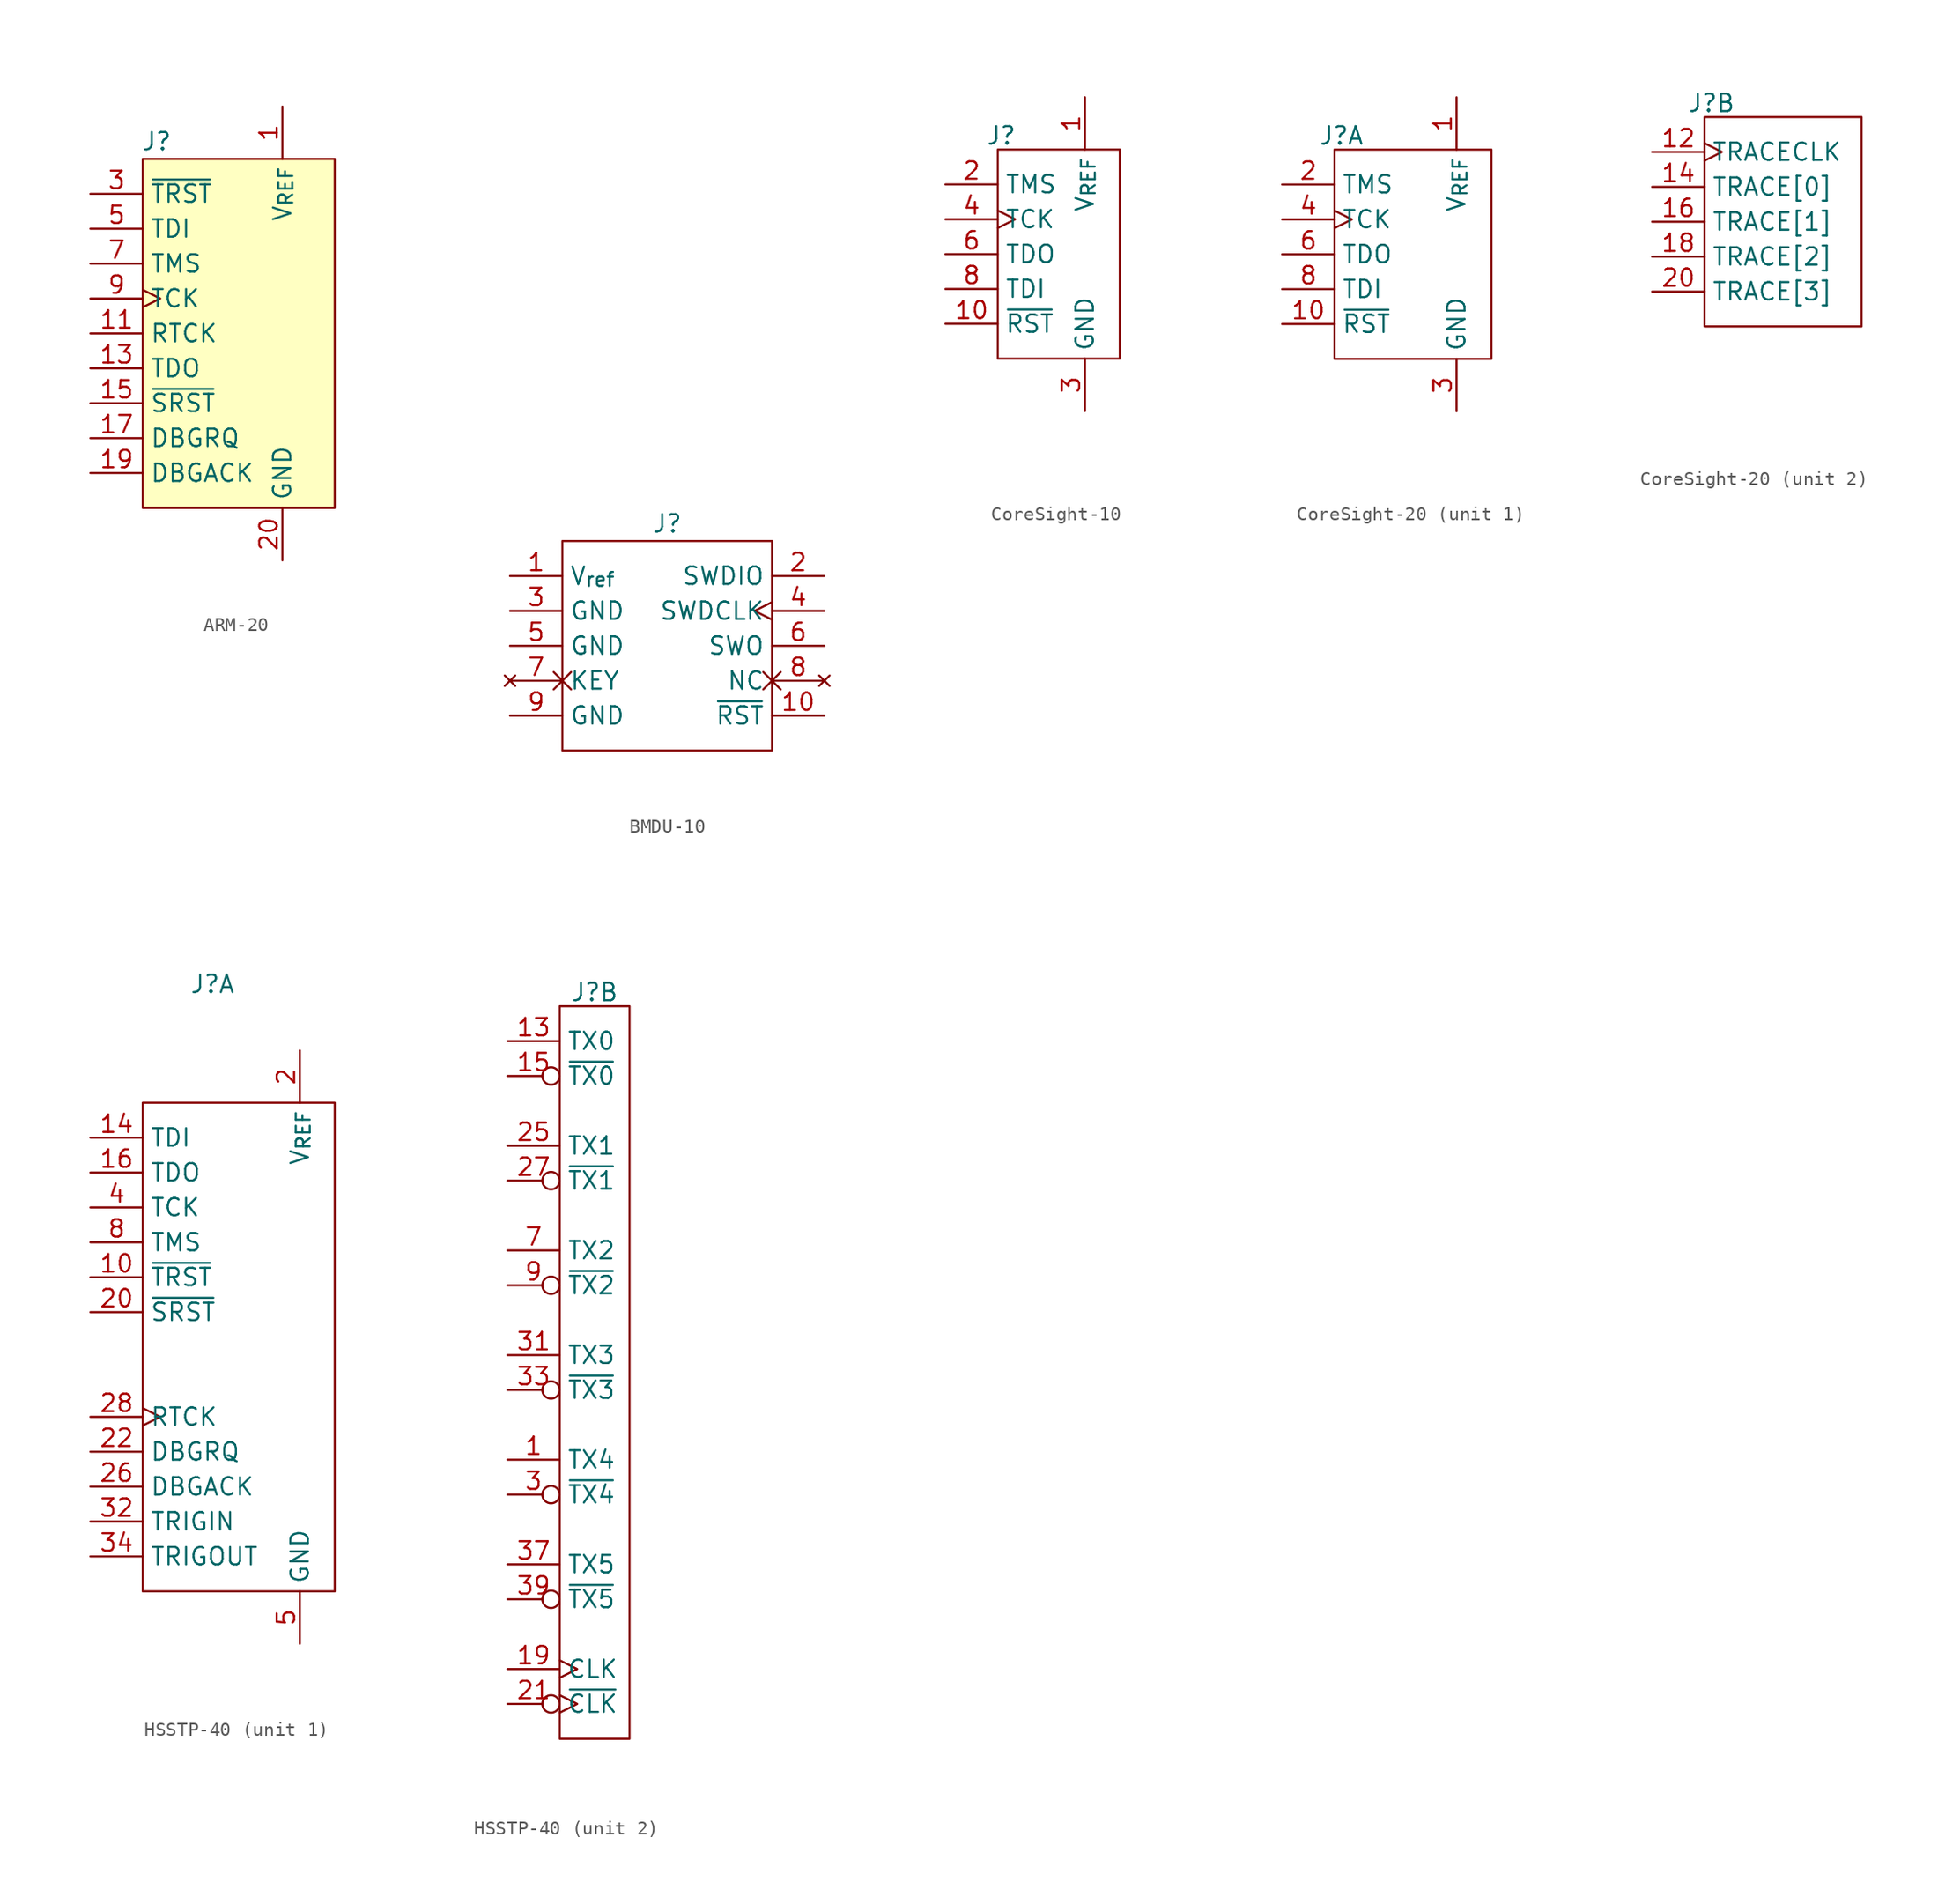
<source format=kicad_sym>
(kicad_symbol_lib
  (version 20231120)
  (generator "kicad_symbol_editor")
  (generator_version "8.0")
  (symbol "ARM-20"
    (property "Reference" "J"
      (at -6.604 13.97 0)
      (effects (font (size 1.27 1.27))))
    (property "Value" ""
      (at 0 15.24 0)
      (effects (font (size 1.27 1.27))))
    (symbol "ARM-20_1_1"
      (rectangle (start -7.62 12.7) (end 6.35 -12.7) (stroke (width 0) (type default)) (fill (type background)))
      (pin power_in line (at 2.54 16.51 270) (length 3.81) (name "V_{REF}" (effects (font (size 1.27 1.27)))) (number "1" (effects (font (size 1.27 1.27)))))
      (pin passive line (at 2.54 -16.51 90) (length 3.81) hide (name "GND" (effects (font (size 1.27 1.27)))) (number "10" (effects (font (size 1.27 1.27)))))
      (pin input line (at -11.43 0 0) (length 3.81) (name "RTCK" (effects (font (size 1.27 1.27)))) (number "11" (effects (font (size 1.27 1.27)))))
      (pin passive line (at 2.54 -16.51 90) (length 3.81) hide (name "GND" (effects (font (size 1.27 1.27)))) (number "12" (effects (font (size 1.27 1.27)))))
      (pin input line (at -11.43 -2.54 0) (length 3.81) (name "TDO" (effects (font (size 1.27 1.27)))) (number "13" (effects (font (size 1.27 1.27)))) (alternate "SWO" input line))
      (pin passive line (at 2.54 -16.51 90) (length 3.81) hide (name "GND" (effects (font (size 1.27 1.27)))) (number "14" (effects (font (size 1.27 1.27)))))
      (pin output line (at -11.43 -5.08 0) (length 3.81) (name "~{SRST}" (effects (font (size 1.27 1.27)))) (number "15" (effects (font (size 1.27 1.27)))))
      (pin passive line (at 2.54 -16.51 90) (length 3.81) hide (name "GND" (effects (font (size 1.27 1.27)))) (number "16" (effects (font (size 1.27 1.27)))))
      (pin output line (at -11.43 -7.62 0) (length 3.81) (name "DBGRQ" (effects (font (size 1.27 1.27)))) (number "17" (effects (font (size 1.27 1.27)))) (alternate "TRIGIN" output line))
      (pin passive line (at 2.54 -16.51 90) (length 3.81) hide (name "GND" (effects (font (size 1.27 1.27)))) (number "18" (effects (font (size 1.27 1.27)))))
      (pin input line (at -11.43 -10.16 0) (length 3.81) (name "DBGACK" (effects (font (size 1.27 1.27)))) (number "19" (effects (font (size 1.27 1.27)))) (alternate "TRIGOUT" input line))
      (pin no_connect non_logic (at 10.16 -10.16 180) (length 3.81) hide (name "NC" (effects (font (size 1.27 1.27)))) (number "2" (effects (font (size 1.27 1.27)))))
      (pin power_in line (at 2.54 -16.51 90) (length 3.81) (name "GND" (effects (font (size 1.27 1.27)))) (number "20" (effects (font (size 1.27 1.27)))))
      (pin output line (at -11.43 10.16 0) (length 3.81) (name "~{TRST}" (effects (font (size 1.27 1.27)))) (number "3" (effects (font (size 1.27 1.27)))))
      (pin passive line (at 2.54 -16.51 90) (length 3.81) hide (name "GND" (effects (font (size 1.27 1.27)))) (number "4" (effects (font (size 1.27 1.27)))))
      (pin output line (at -11.43 7.62 0) (length 3.81) (name "TDI" (effects (font (size 1.27 1.27)))) (number "5" (effects (font (size 1.27 1.27)))) (alternate "SWDIO" bidirectional line))
      (pin passive line (at 2.54 -16.51 90) (length 3.81) hide (name "GND" (effects (font (size 1.27 1.27)))) (number "6" (effects (font (size 1.27 1.27)))))
      (pin output line (at -11.43 5.08 0) (length 3.81) (name "TMS" (effects (font (size 1.27 1.27)))) (number "7" (effects (font (size 1.27 1.27)))) (alternate "SWCLK" output clock))
      (pin passive line (at 2.54 -16.51 90) (length 3.81) hide (name "GND" (effects (font (size 1.27 1.27)))) (number "8" (effects (font (size 1.27 1.27)))))
      (pin output clock (at -11.43 2.54 0) (length 3.81) (name "TCK" (effects (font (size 1.27 1.27)))) (number "9" (effects (font (size 1.27 1.27)))))))
  (symbol "BMDU-10"
    (property "Reference" "J"
      (at 0 8.89 0)
      (effects (font (size 1.27 1.27))))
    (property "Value" ""
      (at 0 38.1 0)
      (effects (font (size 1.27 1.27))))
    (symbol "BMDU-10_0_1"
      (rectangle (start -7.62 7.62) (end 7.62 -7.62) (stroke (width 0) (type default)) (fill (type none))))
    (symbol "BMDU-10_1_1"
      (pin power_in line (at -11.43 5.08 0) (length 3.81) (name "V_{ref}" (effects (font (size 1.27 1.27)))) (number "1" (effects (font (size 1.27 1.27)))))
      (pin output line (at 11.43 -5.08 180) (length 3.81) (name "~{RST}" (effects (font (size 1.27 1.27)))) (number "10" (effects (font (size 1.27 1.27)))))
      (pin bidirectional line (at 11.43 5.08 180) (length 3.81) (name "SWDIO" (effects (font (size 1.27 1.27)))) (number "2" (effects (font (size 1.27 1.27)))) (alternate "CS" output line) (alternate "TMS" output line))
      (pin power_in line (at -11.43 2.54 0) (length 3.81) (name "GND" (effects (font (size 1.27 1.27)))) (number "3" (effects (font (size 1.27 1.27)))))
      (pin output clock (at 11.43 2.54 180) (length 3.81) (name "SWDCLK" (effects (font (size 1.27 1.27)))) (number "4" (effects (font (size 1.27 1.27)))) (alternate "SCLK" output clock) (alternate "TCK" output clock))
      (pin power_in line (at -11.43 0 0) (length 3.81) (name "GND" (effects (font (size 1.27 1.27)))) (number "5" (effects (font (size 1.27 1.27)))))
      (pin input line (at 11.43 0 180) (length 3.81) (name "SWO" (effects (font (size 1.27 1.27)))) (number "6" (effects (font (size 1.27 1.27)))) (alternate "CIPO" input line) (alternate "TDO" input line))
      (pin no_connect non_logic (at -11.43 -2.54 0) (length 3.81) (name "KEY" (effects (font (size 1.27 1.27)))) (number "7" (effects (font (size 1.27 1.27)))) (alternate "TX" output line))
      (pin no_connect non_logic (at 11.43 -2.54 180) (length 3.81) (name "NC" (effects (font (size 1.27 1.27)))) (number "8" (effects (font (size 1.27 1.27)))) (alternate "COPI" output line) (alternate "TDI" output line))
      (pin power_in line (at -11.43 -5.08 0) (length 3.81) (name "GND" (effects (font (size 1.27 1.27)))) (number "9" (effects (font (size 1.27 1.27)))) (alternate "RX" input line))))
  (symbol "CoreSight-10"
    (property "Reference" "J"
      (at -4.826 8.636 0)
      (effects (font (size 1.27 1.27))))
    (property "Value" ""
      (at 0.508 -14.986 0)
      (effects (font (size 1.27 1.27))))
    (symbol "CoreSight-10_0_1"
      (rectangle (start -5.08 7.62) (end 3.81 -7.62) (stroke (width 0) (type default)) (fill (type none))))
    (symbol "CoreSight-10_1_1"
      (pin power_in line (at 1.27 11.43 270) (length 3.81) (name "V_{REF}" (effects (font (size 1.27 1.27)))) (number "1" (effects (font (size 1.27 1.27)))))
      (pin output line (at -8.89 -5.08 0) (length 3.81) (name "~{RST}" (effects (font (size 1.27 1.27)))) (number "10" (effects (font (size 1.27 1.27)))))
      (pin output line (at -8.89 5.08 0) (length 3.81) (name "TMS" (effects (font (size 1.27 1.27)))) (number "2" (effects (font (size 1.27 1.27)))) (alternate "SWDIO" bidirectional line))
      (pin power_in line (at 1.27 -11.43 90) (length 3.81) (name "GND" (effects (font (size 1.27 1.27)))) (number "3" (effects (font (size 1.27 1.27)))))
      (pin output clock (at -8.89 2.54 0) (length 3.81) (name "TCK" (effects (font (size 1.27 1.27)))) (number "4" (effects (font (size 1.27 1.27)))) (alternate "SWCLK" output clock))
      (pin passive line (at 1.27 -11.43 90) (length 3.81) hide (name "GND" (effects (font (size 1.27 1.27)))) (number "5" (effects (font (size 1.27 1.27)))))
      (pin input line (at -8.89 0 0) (length 3.81) (name "TDO" (effects (font (size 1.27 1.27)))) (number "6" (effects (font (size 1.27 1.27)))) (alternate "SWO" input line))
      (pin no_connect non_logic (at 7.62 0 180) (length 3.81) hide (name "NC" (effects (font (size 1.27 1.27)))) (number "7" (effects (font (size 1.27 1.27)))))
      (pin output line (at -8.89 -2.54 0) (length 3.81) (name "TDI" (effects (font (size 1.27 1.27)))) (number "8" (effects (font (size 1.27 1.27)))))
      (pin passive line (at 1.27 -11.43 90) (length 3.81) hide (name "GND" (effects (font (size 1.27 1.27)))) (number "9" (effects (font (size 1.27 1.27)))))))
  (symbol "CoreSight-20"
    (property "Reference" "J"
      (at -5.842 8.636 0)
      (effects (font (size 1.27 1.27))))
    (property "Value" ""
      (at 0.254 -14.986 0)
      (effects (font (size 1.27 1.27))))
    (property "ki_locked" ""
      (at 0 0 0)
      (effects (font (size 1.27 1.27))))
    (symbol "CoreSight-20_1_1"
      (rectangle (start -6.35 7.62) (end 5.08 -7.62) (stroke (width 0) (type default)) (fill (type none)))
      (pin power_in line (at 2.54 11.43 270) (length 3.81) (name "V_{REF}" (effects (font (size 1.27 1.27)))) (number "1" (effects (font (size 1.27 1.27)))))
      (pin output line (at -10.16 -5.08 0) (length 3.81) (name "~{RST}" (effects (font (size 1.27 1.27)))) (number "10" (effects (font (size 1.27 1.27)))))
      (pin passive line (at 2.54 -11.43 90) (length 3.81) hide (name "GND" (effects (font (size 1.27 1.27)))) (number "11" (effects (font (size 1.27 1.27)))))
      (pin passive line (at 2.54 -11.43 90) (length 3.81) hide (name "GND" (effects (font (size 1.27 1.27)))) (number "13" (effects (font (size 1.27 1.27)))))
      (pin passive line (at 2.54 -11.43 90) (length 3.81) hide (name "GND" (effects (font (size 1.27 1.27)))) (number "15" (effects (font (size 1.27 1.27)))))
      (pin passive line (at 2.54 -11.43 90) (length 3.81) hide (name "GND" (effects (font (size 1.27 1.27)))) (number "17" (effects (font (size 1.27 1.27)))))
      (pin passive line (at 2.54 -11.43 90) (length 3.81) hide (name "GND" (effects (font (size 1.27 1.27)))) (number "19" (effects (font (size 1.27 1.27)))))
      (pin output line (at -10.16 5.08 0) (length 3.81) (name "TMS" (effects (font (size 1.27 1.27)))) (number "2" (effects (font (size 1.27 1.27)))) (alternate "SWDIO" bidirectional line))
      (pin power_in line (at 2.54 -11.43 90) (length 3.81) (name "GND" (effects (font (size 1.27 1.27)))) (number "3" (effects (font (size 1.27 1.27)))))
      (pin output clock (at -10.16 2.54 0) (length 3.81) (name "TCK" (effects (font (size 1.27 1.27)))) (number "4" (effects (font (size 1.27 1.27)))) (alternate "SWCLK" output clock))
      (pin passive line (at 2.54 -11.43 90) (length 3.81) hide (name "GND" (effects (font (size 1.27 1.27)))) (number "5" (effects (font (size 1.27 1.27)))))
      (pin input line (at -10.16 0 0) (length 3.81) (name "TDO" (effects (font (size 1.27 1.27)))) (number "6" (effects (font (size 1.27 1.27)))) (alternate "SWO" input line))
      (pin no_connect non_logic (at 8.89 0 180) (length 3.81) hide (name "NC" (effects (font (size 1.27 1.27)))) (number "7" (effects (font (size 1.27 1.27)))))
      (pin output line (at -10.16 -2.54 0) (length 3.81) (name "TDI" (effects (font (size 1.27 1.27)))) (number "8" (effects (font (size 1.27 1.27)))))
      (pin passive line (at 2.54 -11.43 90) (length 3.81) hide (name "GND" (effects (font (size 1.27 1.27)))) (number "9" (effects (font (size 1.27 1.27))))))
    (symbol "CoreSight-20_2_1"
      (rectangle (start -6.35 -7.62) (end 5.08 7.62) (stroke (width 0) (type default)) (fill (type none)))
      (pin input clock (at -10.16 5.08 0) (length 3.81) (name "TRACECLK" (effects (font (size 1.27 1.27)))) (number "12" (effects (font (size 1.27 1.27)))) (alternate "RTCK" input clock))
      (pin input line (at -10.16 2.54 0) (length 3.81) (name "TRACE[0]" (effects (font (size 1.27 1.27)))) (number "14" (effects (font (size 1.27 1.27)))) (alternate "SWO" input line))
      (pin input line (at -10.16 0 0) (length 3.81) (name "TRACE[1]" (effects (font (size 1.27 1.27)))) (number "16" (effects (font (size 1.27 1.27)))) (alternate "~{TRST}" output line))
      (pin input line (at -10.16 -2.54 0) (length 3.81) (name "TRACE[2]" (effects (font (size 1.27 1.27)))) (number "18" (effects (font (size 1.27 1.27)))) (alternate "DBGRQ" output line))
      (pin input line (at -10.16 -5.08 0) (length 3.81) (name "TRACE[3]" (effects (font (size 1.27 1.27)))) (number "20" (effects (font (size 1.27 1.27)))) (alternate "DBGACK" input line))))
  (symbol "HSSTP-40"
    (property "Reference" "J"
      (at 0 27.686 0)
      (effects (font (size 1.27 1.27))))
    (property "Value" ""
      (at 0 25.4 0)
      (effects (font (size 1.27 1.27))))
    (property "ki_locked" ""
      (at 0 0 0)
      (effects (font (size 1.27 1.27))))
    (symbol "HSSTP-40_1_1"
      (rectangle (start -5.08 19.05) (end 8.89 -16.51) (stroke (width 0) (type default)) (fill (type none)))
      (pin output line (at -8.89 6.35 0) (length 3.81) (name "~{TRST}" (effects (font (size 1.27 1.27)))) (number "10" (effects (font (size 1.27 1.27)))))
      (pin passive line (at 6.35 -20.32 90) (length 3.81) hide (name "GND" (effects (font (size 1.27 1.27)))) (number "11" (effects (font (size 1.27 1.27)))))
      (pin passive line (at 6.35 -20.32 90) (length 3.81) hide (name "GND" (effects (font (size 1.27 1.27)))) (number "12" (effects (font (size 1.27 1.27)))))
      (pin output line (at -8.89 16.51 0) (length 3.81) (name "TDI" (effects (font (size 1.27 1.27)))) (number "14" (effects (font (size 1.27 1.27)))))
      (pin input line (at -8.89 13.97 0) (length 3.81) (name "TDO" (effects (font (size 1.27 1.27)))) (number "16" (effects (font (size 1.27 1.27)))))
      (pin passive line (at 6.35 -20.32 90) (length 3.81) hide (name "GND" (effects (font (size 1.27 1.27)))) (number "17" (effects (font (size 1.27 1.27)))))
      (pin passive line (at 6.35 -20.32 90) (length 3.81) hide (name "GND" (effects (font (size 1.27 1.27)))) (number "18" (effects (font (size 1.27 1.27)))))
      (pin power_in line (at 6.35 22.86 270) (length 3.81) (name "V_{REF}" (effects (font (size 1.27 1.27)))) (number "2" (effects (font (size 1.27 1.27)))))
      (pin output line (at -8.89 3.81 0) (length 3.81) (name "~{SRST}" (effects (font (size 1.27 1.27)))) (number "20" (effects (font (size 1.27 1.27)))))
      (pin output line (at -8.89 -6.35 0) (length 3.81) (name "DBGRQ" (effects (font (size 1.27 1.27)))) (number "22" (effects (font (size 1.27 1.27)))))
      (pin passive line (at 6.35 -20.32 90) (length 3.81) hide (name "GND" (effects (font (size 1.27 1.27)))) (number "23" (effects (font (size 1.27 1.27)))))
      (pin passive line (at 6.35 -20.32 90) (length 3.81) hide (name "GND" (effects (font (size 1.27 1.27)))) (number "24" (effects (font (size 1.27 1.27)))))
      (pin input line (at -8.89 -8.89 0) (length 3.81) (name "DBGACK" (effects (font (size 1.27 1.27)))) (number "26" (effects (font (size 1.27 1.27)))))
      (pin input clock (at -8.89 -3.81 0) (length 3.81) (name "RTCK" (effects (font (size 1.27 1.27)))) (number "28" (effects (font (size 1.27 1.27)))))
      (pin passive line (at 6.35 -20.32 90) (length 3.81) hide (name "GND" (effects (font (size 1.27 1.27)))) (number "29" (effects (font (size 1.27 1.27)))))
      (pin passive line (at 6.35 -20.32 90) (length 3.81) hide (name "GND" (effects (font (size 1.27 1.27)))) (number "30" (effects (font (size 1.27 1.27)))))
      (pin output line (at -8.89 -11.43 0) (length 3.81) (name "TRIGIN" (effects (font (size 1.27 1.27)))) (number "32" (effects (font (size 1.27 1.27)))))
      (pin input line (at -8.89 -13.97 0) (length 3.81) (name "TRIGOUT" (effects (font (size 1.27 1.27)))) (number "34" (effects (font (size 1.27 1.27)))))
      (pin passive line (at 6.35 -20.32 90) (length 3.81) hide (name "GND" (effects (font (size 1.27 1.27)))) (number "35" (effects (font (size 1.27 1.27)))))
      (pin no_connect non_logic (at 12.7 2.54 180) (length 3.81) hide (name "RSVD" (effects (font (size 1.27 1.27)))) (number "36" (effects (font (size 1.27 1.27)))))
      (pin no_connect non_logic (at 12.7 0 180) (length 3.81) hide (name "RSVD" (effects (font (size 1.27 1.27)))) (number "38" (effects (font (size 1.27 1.27)))))
      (pin output line (at -8.89 11.43 0) (length 3.81) (name "TCK" (effects (font (size 1.27 1.27)))) (number "4" (effects (font (size 1.27 1.27)))))
      (pin no_connect non_logic (at 12.7 -2.54 180) (length 3.81) hide (name "RSVD" (effects (font (size 1.27 1.27)))) (number "40" (effects (font (size 1.27 1.27)))))
      (pin power_in line (at 6.35 -20.32 90) (length 3.81) (name "GND" (effects (font (size 1.27 1.27)))) (number "5" (effects (font (size 1.27 1.27)))))
      (pin passive line (at 6.35 -20.32 90) (length 3.81) hide (name "GND" (effects (font (size 1.27 1.27)))) (number "6" (effects (font (size 1.27 1.27)))))
      (pin output line (at -8.89 8.89 0) (length 3.81) (name "TMS" (effects (font (size 1.27 1.27)))) (number "8" (effects (font (size 1.27 1.27))))))
    (symbol "HSSTP-40_2_1"
      (rectangle (start -2.54 26.67) (end 2.54 -26.67) (stroke (width 0) (type default)) (fill (type none)))
      (pin input line (at -6.35 -6.35 0) (length 3.81) (name "TX4" (effects (font (size 1.27 1.27)))) (number "1" (effects (font (size 1.27 1.27)))))
      (pin input line (at -6.35 24.13 0) (length 3.81) (name "TX0" (effects (font (size 1.27 1.27)))) (number "13" (effects (font (size 1.27 1.27)))))
      (pin input inverted (at -6.35 21.59 0) (length 3.81) (name "~{TX0}" (effects (font (size 1.27 1.27)))) (number "15" (effects (font (size 1.27 1.27)))))
      (pin input clock (at -6.35 -21.59 0) (length 3.81) (name "CLK" (effects (font (size 1.27 1.27)))) (number "19" (effects (font (size 1.27 1.27)))))
      (pin input inverted_clock (at -6.35 -24.13 0) (length 3.81) (name "~{CLK}" (effects (font (size 1.27 1.27)))) (number "21" (effects (font (size 1.27 1.27)))))
      (pin input line (at -6.35 16.51 0) (length 3.81) (name "TX1" (effects (font (size 1.27 1.27)))) (number "25" (effects (font (size 1.27 1.27)))))
      (pin input inverted (at -6.35 13.97 0) (length 3.81) (name "~{TX1}" (effects (font (size 1.27 1.27)))) (number "27" (effects (font (size 1.27 1.27)))))
      (pin input inverted (at -6.35 -8.89 0) (length 3.81) (name "~{TX4}" (effects (font (size 1.27 1.27)))) (number "3" (effects (font (size 1.27 1.27)))))
      (pin input line (at -6.35 1.27 0) (length 3.81) (name "TX3" (effects (font (size 1.27 1.27)))) (number "31" (effects (font (size 1.27 1.27)))))
      (pin input inverted (at -6.35 -1.27 0) (length 3.81) (name "~{TX3}" (effects (font (size 1.27 1.27)))) (number "33" (effects (font (size 1.27 1.27)))))
      (pin input line (at -6.35 -13.97 0) (length 3.81) (name "TX5" (effects (font (size 1.27 1.27)))) (number "37" (effects (font (size 1.27 1.27)))))
      (pin input inverted (at -6.35 -16.51 0) (length 3.81) (name "~{TX5}" (effects (font (size 1.27 1.27)))) (number "39" (effects (font (size 1.27 1.27)))))
      (pin input line (at -6.35 8.89 0) (length 3.81) (name "TX2" (effects (font (size 1.27 1.27)))) (number "7" (effects (font (size 1.27 1.27)))))
      (pin input inverted (at -6.35 6.35 0) (length 3.81) (name "~{TX2}" (effects (font (size 1.27 1.27)))) (number "9" (effects (font (size 1.27 1.27))))))))
</source>
